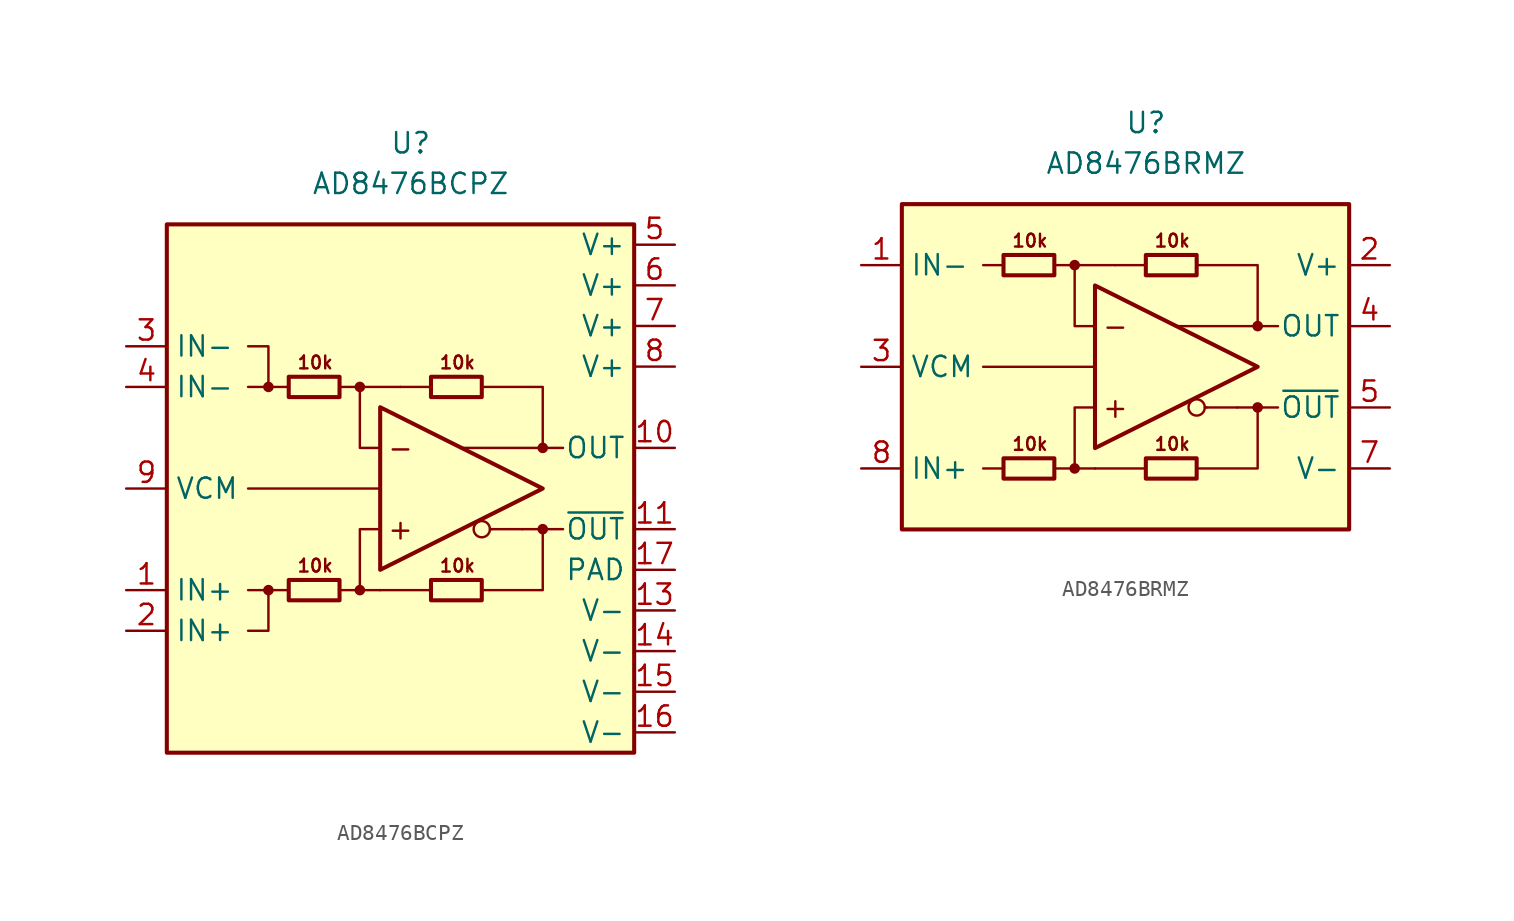
<source format=kicad_sym>
(kicad_symbol_lib
  (version 20211014)
  (generator kicad_symbol_editor)
  (symbol "AD8476BCPZ"
    (property "Reference" "U"
      (at 0 21.59 0)
      (effects (font (size 1.27 1.27))))
    (property "Value" "AD8476BCPZ"
      (at 0 19.05 0)
      (effects (font (size 1.27 1.27))))
    (symbol "AD8476BCPZ_0_0"
      (rectangle (start -15.24 16.51) (end 13.97 -16.51) (stroke (width 0.254) (type default) (color 0 0 0 0)) (fill (type background)))
      (circle (center -8.89 -6.35) (radius 0.254) (stroke (width 0.152) (type default) (color 0 0 0 0)) (fill (type outline)))
      (circle (center -8.89 6.35) (radius 0.254) (stroke (width 0.152) (type default) (color 0 0 0 0)) (fill (type outline)))
      (circle (center -3.175 -6.35) (radius 0.254) (stroke (width 0.152) (type default) (color 0 0 0 0)) (fill (type outline)))
      (circle (center -3.175 6.35) (radius 0.254) (stroke (width 0.152) (type default) (color 0 0 0 0)) (fill (type outline)))
      (polyline (pts (xy -7.62 -6.35) (xy -8.89 -6.35)) (stroke (width 0.152) (type default) (color 0 0 0 0)) (fill (type none)))
      (polyline (pts (xy -7.62 6.35) (xy -8.89 6.35)) (stroke (width 0.152) (type default) (color 0 0 0 0)) (fill (type none)))
      (polyline (pts (xy -3.175 6.35) (xy -0.635 6.35)) (stroke (width 0.152) (type default) (color 0 0 0 0)) (fill (type none)))
      (polyline (pts (xy -1.905 -6.35) (xy -3.175 -6.35)) (stroke (width 0.152) (type default) (color 0 0 0 0)) (fill (type none)))
      (polyline (pts (xy -1.905 0) (xy -10.16 0)) (stroke (width 0) (type default) (color 0 0 0 0)) (fill (type none)))
      (polyline (pts (xy 1.27 -6.35) (xy -1.905 -6.35)) (stroke (width 0.152) (type default) (color 0 0 0 0)) (fill (type none)))
      (polyline (pts (xy 1.27 6.35) (xy -0.635 6.35)) (stroke (width 0.152) (type default) (color 0 0 0 0)) (fill (type none)))
      (polyline (pts (xy 5.08 -2.54) (xy 4.953 -2.54)) (stroke (width 0.152) (type default) (color 0 0 0 0)) (fill (type none)))
      (polyline (pts (xy 6.985 -2.54) (xy 5.08 -2.54)) (stroke (width 0.152) (type default) (color 0 0 0 0)) (fill (type none)))
      (polyline (pts (xy 8.255 -2.54) (xy 9.525 -2.54)) (stroke (width 0.152) (type default) (color 0 0 0 0)) (fill (type none)))
      (polyline (pts (xy 8.255 2.54) (xy 9.525 2.54)) (stroke (width 0.152) (type default) (color 0 0 0 0)) (fill (type none)))
      (polyline (pts (xy -10.16 -6.35) (xy -8.89 -6.35) (xy -8.89 -8.89) (xy -10.16 -8.89)) (stroke (width 0.152) (type default) (color 0 0 0 0)) (fill (type none)))
      (polyline (pts (xy -10.16 6.35) (xy -8.89 6.35) (xy -8.89 8.89) (xy -10.16 8.89)) (stroke (width 0.152) (type default) (color 0 0 0 0)) (fill (type none)))
      (polyline (pts (xy -4.445 -6.35) (xy -3.175 -6.35) (xy -3.175 -2.54) (xy -1.905 -2.54)) (stroke (width 0.152) (type default) (color 0 0 0 0)) (fill (type none)))
      (polyline (pts (xy -1.905 2.54) (xy -3.175 2.54) (xy -3.175 6.35) (xy -4.445 6.35)) (stroke (width 0.152) (type default) (color 0 0 0 0)) (fill (type none)))
      (polyline (pts (xy 4.445 6.35) (xy 8.255 6.35) (xy 8.255 2.54) (xy 3.175 2.54)) (stroke (width 0.152) (type default) (color 0 0 0 0)) (fill (type none)))
      (polyline (pts (xy 6.985 -2.54) (xy 8.255 -2.54) (xy 8.255 -6.35) (xy 4.445 -6.35)) (stroke (width 0.152) (type default) (color 0 0 0 0)) (fill (type none)))
      (circle (center 4.445 -2.54) (radius 0.508) (stroke (width 0.152) (type default) (color 0 0 0 0)) (fill (type none)))
      (circle (center 8.255 -2.54) (radius 0.254) (stroke (width 0.152) (type default) (color 0 0 0 0)) (fill (type outline)))
      (circle (center 8.255 2.54) (radius 0.254) (stroke (width 0.152) (type default) (color 0 0 0 0)) (fill (type outline)))
      (text "+" (at -0.635 -2.54 0) (effects (font (size 1.27 1.27))))
      (text "-" (at -0.635 2.54 0) (effects (font (size 1.27 1.27))))
      (text "10k" (at -5.969 -4.826 0) (effects (font (size 0.8 0.8))))
      (text "10k" (at -5.969 7.874 0) (effects (font (size 0.8 0.8))))
      (text "10k" (at 2.921 -4.826 0) (effects (font (size 0.8 0.8))))
      (text "10k" (at 2.921 7.874 0) (effects (font (size 0.8 0.8)))))
    (symbol "AD8476BCPZ_0_1"
      (rectangle (start -7.62 -5.715) (end -4.445 -6.985) (stroke (width 0.254) (type default) (color 0 0 0 0)) (fill (type none)))
      (rectangle (start -7.62 6.985) (end -4.445 5.715) (stroke (width 0.254) (type default) (color 0 0 0 0)) (fill (type none)))
      (polyline (pts (xy -1.905 5.08) (xy -1.905 -5.08) (xy 8.255 0) (xy -1.905 5.08)) (stroke (width 0.254) (type default) (color 0 0 0 0)) (fill (type none)))
      (rectangle (start 1.27 -5.715) (end 4.445 -6.985) (stroke (width 0.254) (type default) (color 0 0 0 0)) (fill (type none)))
      (rectangle (start 1.27 6.985) (end 4.445 5.715) (stroke (width 0.254) (type default) (color 0 0 0 0)) (fill (type none))))
    (symbol "AD8476BCPZ_1_1"
      (pin input line (at -17.78 -6.35 0) (length 2.54) (name "IN+" (effects (font (size 1.27 1.27)))) (number "1" (effects (font (size 1.27 1.27)))))
      (pin output line (at 16.51 2.54 180) (length 2.54) (name "OUT" (effects (font (size 1.27 1.27)))) (number "10" (effects (font (size 1.27 1.27)))))
      (pin output line (at 16.51 -2.54 180) (length 2.54) (name "~{OUT}" (effects (font (size 1.27 1.27)))) (number "11" (effects (font (size 1.27 1.27)))))
      (pin no_connect line (at 1.27 -13.97 0) (length 2.54) hide (name "NC" (effects (font (size 1.27 1.27)))) (number "12" (effects (font (size 1.27 1.27)))))
      (pin power_in line (at 16.51 -7.62 180) (length 2.54) (name "V-" (effects (font (size 1.27 1.27)))) (number "13" (effects (font (size 1.27 1.27)))))
      (pin power_in line (at 16.51 -10.16 180) (length 2.54) (name "V-" (effects (font (size 1.27 1.27)))) (number "14" (effects (font (size 1.27 1.27)))))
      (pin power_in line (at 16.51 -12.7 180) (length 2.54) (name "V-" (effects (font (size 1.27 1.27)))) (number "15" (effects (font (size 1.27 1.27)))))
      (pin power_in line (at 16.51 -15.24 180) (length 2.54) (name "V-" (effects (font (size 1.27 1.27)))) (number "16" (effects (font (size 1.27 1.27)))))
      (pin power_in line (at 16.51 -5.08 180) (length 2.54) (name "PAD" (effects (font (size 1.27 1.27)))) (number "17" (effects (font (size 1.27 1.27)))))
      (pin input line (at -17.78 -8.89 0) (length 2.54) (name "IN+" (effects (font (size 1.27 1.27)))) (number "2" (effects (font (size 1.27 1.27)))))
      (pin input line (at -17.78 8.89 0) (length 2.54) (name "IN-" (effects (font (size 1.27 1.27)))) (number "3" (effects (font (size 1.27 1.27)))))
      (pin input line (at -17.78 6.35 0) (length 2.54) (name "IN-" (effects (font (size 1.27 1.27)))) (number "4" (effects (font (size 1.27 1.27)))))
      (pin power_in line (at 16.51 15.24 180) (length 2.54) (name "V+" (effects (font (size 1.27 1.27)))) (number "5" (effects (font (size 1.27 1.27)))))
      (pin power_in line (at 16.51 12.7 180) (length 2.54) (name "V+" (effects (font (size 1.27 1.27)))) (number "6" (effects (font (size 1.27 1.27)))))
      (pin power_in line (at 16.51 10.16 180) (length 2.54) (name "V+" (effects (font (size 1.27 1.27)))) (number "7" (effects (font (size 1.27 1.27)))))
      (pin power_in line (at 16.51 7.62 180) (length 2.54) (name "V+" (effects (font (size 1.27 1.27)))) (number "8" (effects (font (size 1.27 1.27)))))
      (pin input line (at -17.78 0 0) (length 2.54) (name "VCM" (effects (font (size 1.27 1.27)))) (number "9" (effects (font (size 1.27 1.27)))))))
  (symbol "AD8476BRMZ"
    (property "Reference" "U"
      (at 0 15.24 0)
      (effects (font (size 1.27 1.27))))
    (property "Value" "AD8476BRMZ"
      (at 0 12.7 0)
      (effects (font (size 1.27 1.27))))
    (symbol "AD8476BRMZ_0_0"
      (rectangle (start -15.24 10.16) (end 12.7 -10.16) (stroke (width 0.254) (type default) (color 0 0 0 0)) (fill (type background)))
      (circle (center -4.445 -6.35) (radius 0.254) (stroke (width 0.152) (type default) (color 0 0 0 0)) (fill (type outline)))
      (circle (center -4.445 6.35) (radius 0.254) (stroke (width 0.152) (type default) (color 0 0 0 0)) (fill (type outline)))
      (polyline (pts (xy -10.16 0) (xy -3.175 0)) (stroke (width 0) (type default) (color 0 0 0 0)) (fill (type none)))
      (polyline (pts (xy -8.89 -6.35) (xy -10.16 -6.35)) (stroke (width 0.152) (type default) (color 0 0 0 0)) (fill (type none)))
      (polyline (pts (xy -8.89 6.35) (xy -10.16 6.35)) (stroke (width 0.152) (type default) (color 0 0 0 0)) (fill (type none)))
      (polyline (pts (xy -4.445 6.35) (xy -1.905 6.35)) (stroke (width 0.152) (type default) (color 0 0 0 0)) (fill (type none)))
      (polyline (pts (xy -3.175 -6.35) (xy -4.445 -6.35)) (stroke (width 0.152) (type default) (color 0 0 0 0)) (fill (type none)))
      (polyline (pts (xy 0 -6.35) (xy -3.175 -6.35)) (stroke (width 0.152) (type default) (color 0 0 0 0)) (fill (type none)))
      (polyline (pts (xy 0 6.35) (xy -1.905 6.35)) (stroke (width 0.152) (type default) (color 0 0 0 0)) (fill (type none)))
      (polyline (pts (xy 3.81 -2.54) (xy 3.683 -2.54)) (stroke (width 0.152) (type default) (color 0 0 0 0)) (fill (type none)))
      (polyline (pts (xy 5.715 -2.54) (xy 3.81 -2.54)) (stroke (width 0.152) (type default) (color 0 0 0 0)) (fill (type none)))
      (polyline (pts (xy 6.985 -2.54) (xy 8.255 -2.54)) (stroke (width 0.152) (type default) (color 0 0 0 0)) (fill (type none)))
      (polyline (pts (xy 6.985 2.54) (xy 8.255 2.54)) (stroke (width 0.152) (type default) (color 0 0 0 0)) (fill (type none)))
      (polyline (pts (xy -5.715 -6.35) (xy -4.445 -6.35) (xy -4.445 -2.54) (xy -3.175 -2.54)) (stroke (width 0.152) (type default) (color 0 0 0 0)) (fill (type none)))
      (polyline (pts (xy -3.175 2.54) (xy -4.445 2.54) (xy -4.445 6.35) (xy -5.715 6.35)) (stroke (width 0.152) (type default) (color 0 0 0 0)) (fill (type none)))
      (polyline (pts (xy 3.175 6.35) (xy 6.985 6.35) (xy 6.985 2.54) (xy 1.905 2.54)) (stroke (width 0.152) (type default) (color 0 0 0 0)) (fill (type none)))
      (polyline (pts (xy 5.715 -2.54) (xy 6.985 -2.54) (xy 6.985 -6.35) (xy 3.175 -6.35)) (stroke (width 0.152) (type default) (color 0 0 0 0)) (fill (type none)))
      (circle (center 3.175 -2.54) (radius 0.508) (stroke (width 0.152) (type default) (color 0 0 0 0)) (fill (type none)))
      (circle (center 6.985 -2.54) (radius 0.254) (stroke (width 0.152) (type default) (color 0 0 0 0)) (fill (type outline)))
      (circle (center 6.985 2.54) (radius 0.254) (stroke (width 0.152) (type default) (color 0 0 0 0)) (fill (type outline)))
      (text "+" (at -1.905 -2.54 0) (effects (font (size 1.27 1.27))))
      (text "-" (at -1.905 2.54 0) (effects (font (size 1.27 1.27))))
      (text "10k" (at -7.239 -4.826 0) (effects (font (size 0.8 0.8))))
      (text "10k" (at -7.239 7.874 0) (effects (font (size 0.8 0.8))))
      (text "10k" (at 1.651 -4.826 0) (effects (font (size 0.8 0.8))))
      (text "10k" (at 1.651 7.874 0) (effects (font (size 0.8 0.8)))))
    (symbol "AD8476BRMZ_0_1"
      (rectangle (start -8.89 -5.715) (end -5.715 -6.985) (stroke (width 0.254) (type default) (color 0 0 0 0)) (fill (type none)))
      (rectangle (start -8.89 6.985) (end -5.715 5.715) (stroke (width 0.254) (type default) (color 0 0 0 0)) (fill (type none)))
      (rectangle (start 0 -5.715) (end 3.175 -6.985) (stroke (width 0.254) (type default) (color 0 0 0 0)) (fill (type none)))
      (polyline (pts (xy -3.175 5.08) (xy -3.175 -5.08) (xy 6.985 0) (xy -3.175 5.08)) (stroke (width 0.254) (type default) (color 0 0 0 0)) (fill (type none)))
      (rectangle (start 0 6.985) (end 3.175 5.715) (stroke (width 0.254) (type default) (color 0 0 0 0)) (fill (type none))))
    (symbol "AD8476BRMZ_1_1"
      (pin input line (at -17.78 6.35 0) (length 2.54) (name "IN-" (effects (font (size 1.27 1.27)))) (number "1" (effects (font (size 1.27 1.27)))))
      (pin power_in line (at 15.24 6.35 180) (length 2.54) (name "V+" (effects (font (size 1.27 1.27)))) (number "2" (effects (font (size 1.27 1.27)))))
      (pin input line (at -17.78 0 0) (length 2.54) (name "VCM" (effects (font (size 1.27 1.27)))) (number "3" (effects (font (size 1.27 1.27)))))
      (pin output line (at 15.24 2.54 180) (length 2.54) (name "OUT" (effects (font (size 1.27 1.27)))) (number "4" (effects (font (size 1.27 1.27)))))
      (pin output line (at 15.24 -2.54 180) (length 2.54) (name "~{OUT}" (effects (font (size 1.27 1.27)))) (number "5" (effects (font (size 1.27 1.27)))))
      (pin no_connect line (at -10.16 -2.54 0) (length 2.54) hide (name "NC" (effects (font (size 1.27 1.27)))) (number "6" (effects (font (size 1.27 1.27)))))
      (pin power_in line (at 15.24 -6.35 180) (length 2.54) (name "V-" (effects (font (size 1.27 1.27)))) (number "7" (effects (font (size 1.27 1.27)))))
      (pin input line (at -17.78 -6.35 0) (length 2.54) (name "IN+" (effects (font (size 1.27 1.27)))) (number "8" (effects (font (size 1.27 1.27))))))))
</source>
